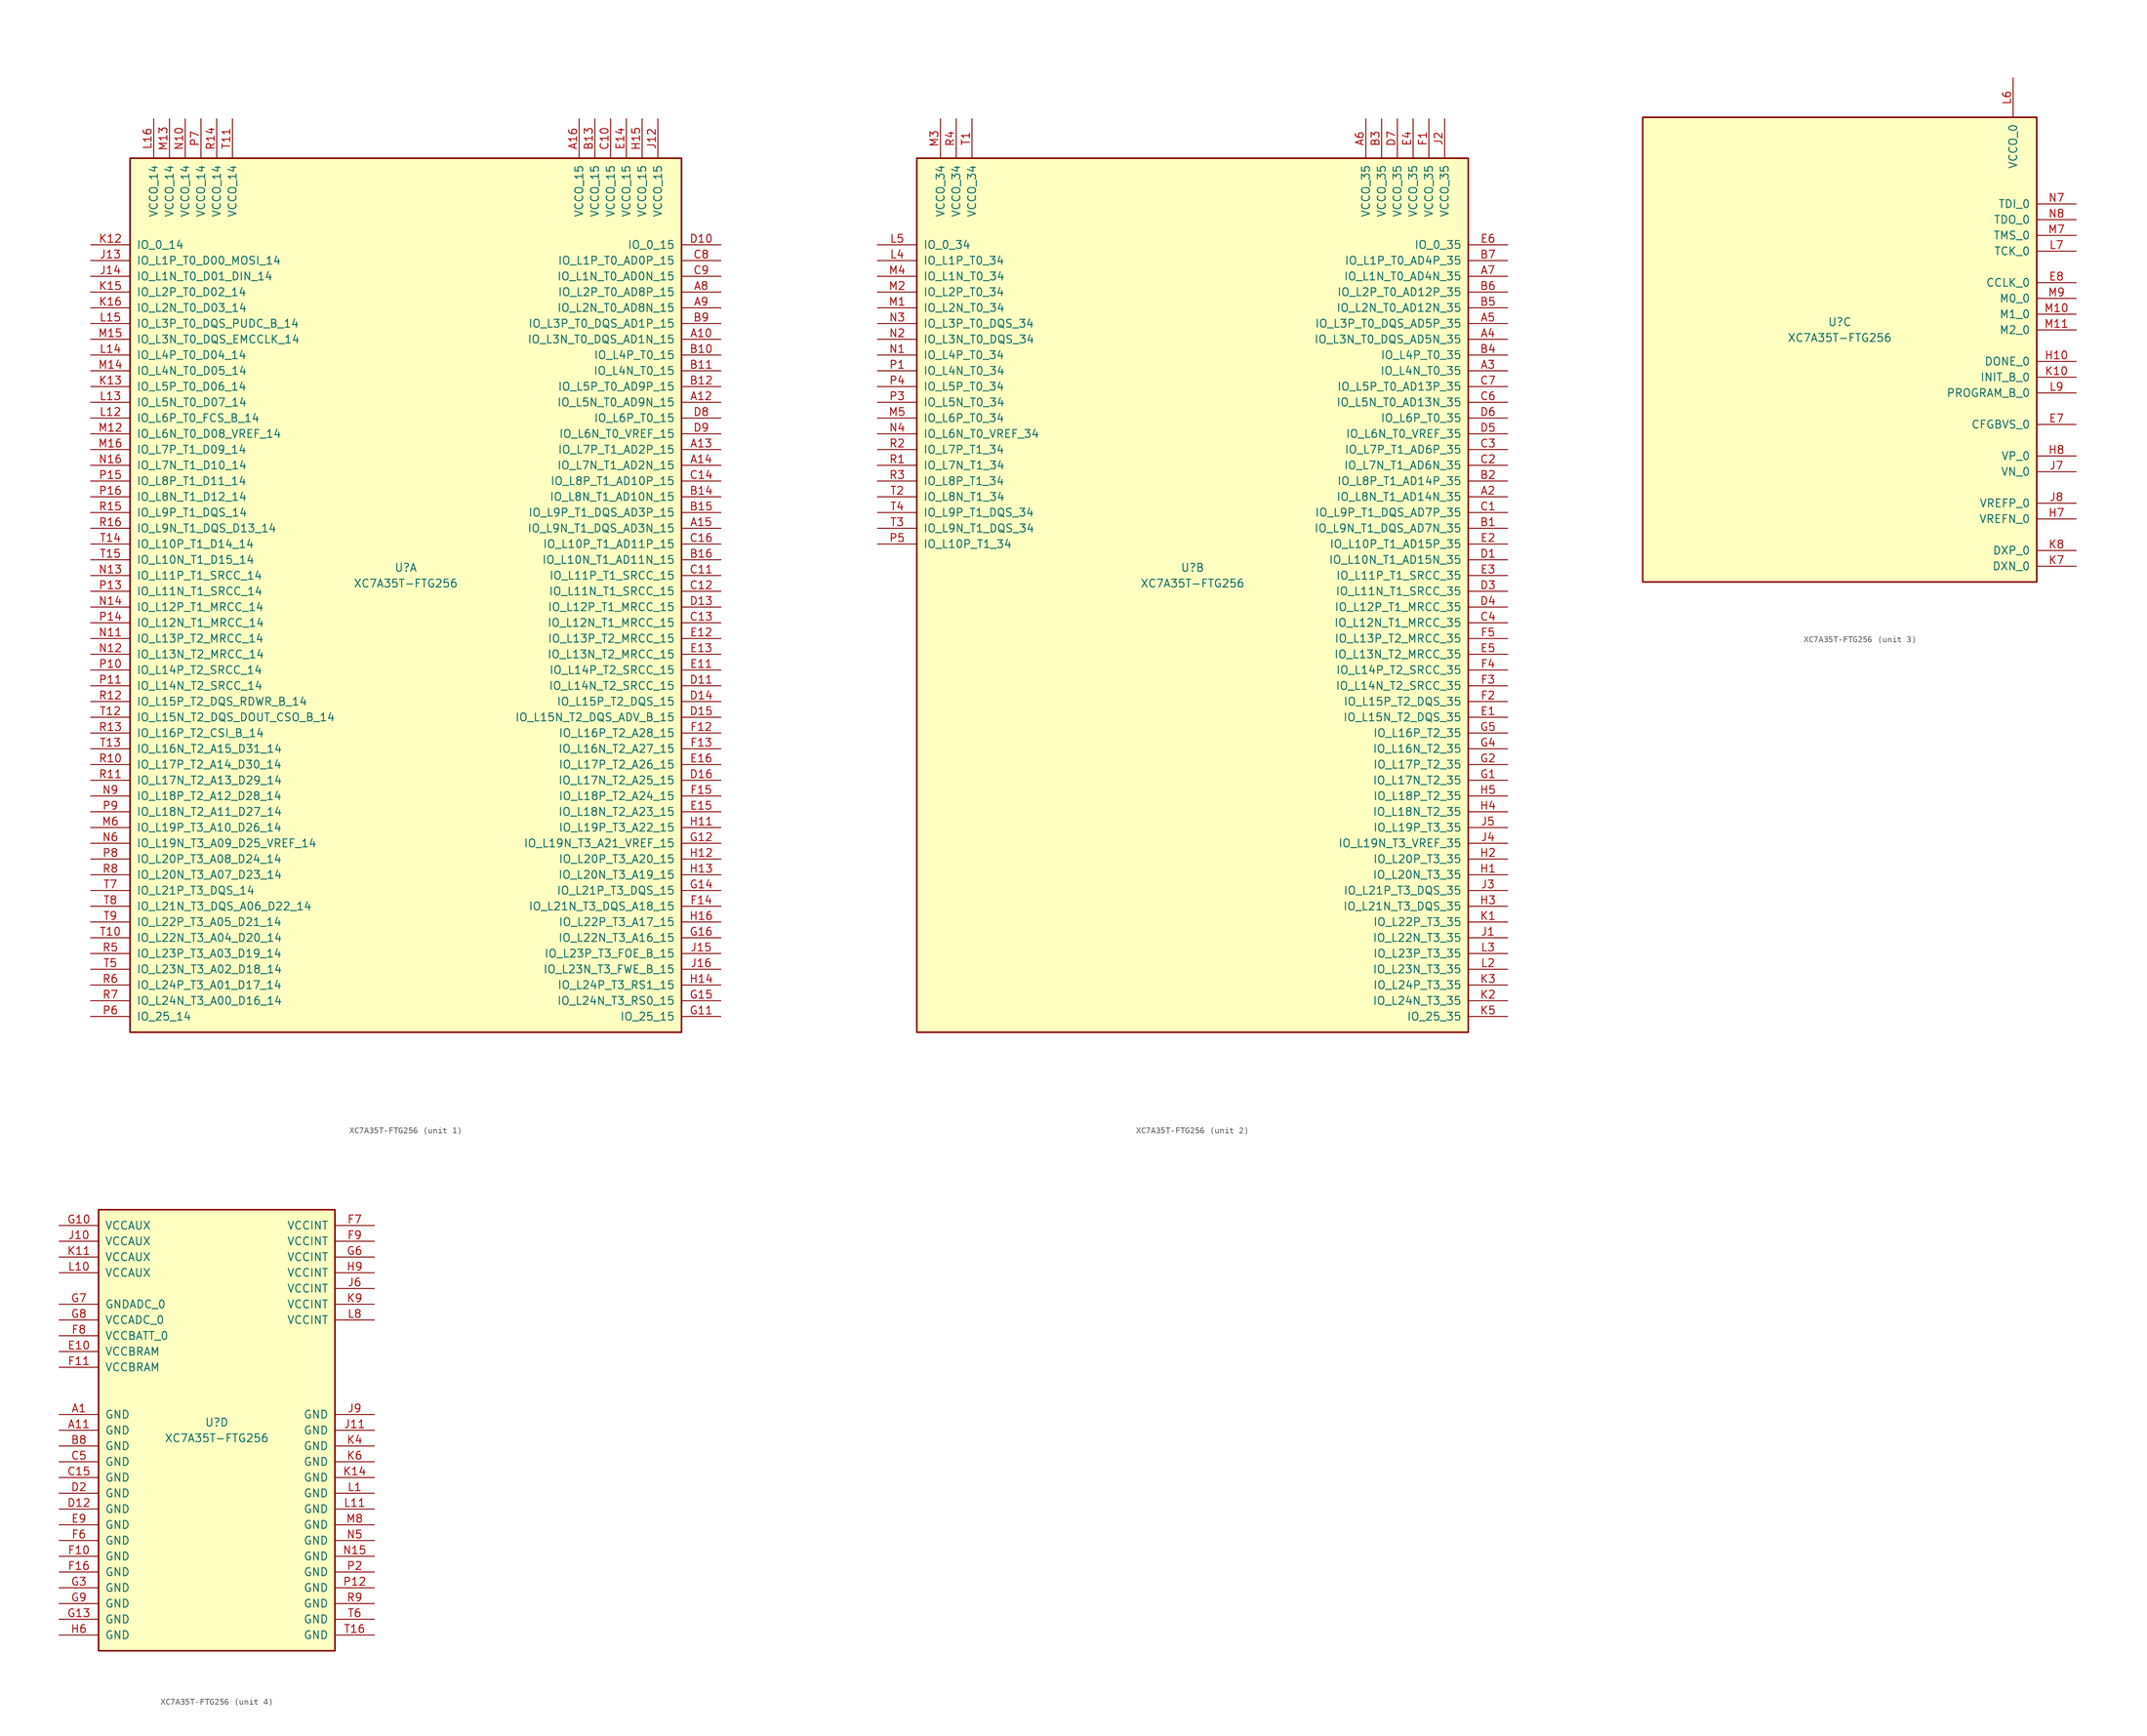
<source format=kicad_sym>
(kicad_symbol_lib
  (version 20241209)
  (generator "kicad_symbol_editor")
  (generator_version "9.0")
  (symbol "XC7A35T-FTG256"
    (pin_names
      (offset 1.016))
    (property "Reference" "U"
      (at 0 1.27 0)
      (effects (font (size 1.27 1.27))))
    (property "Value" "XC7A35T-FTG256"
      (at 0 -1.27 0)
      (effects (font (size 1.27 1.27))))
    (property "Datasheet" ""
      (at 0 0 0)
      (effects (font (size 1.27 1.27))))
    (property "ki_locked" ""
      (at 0 0 0)
      (effects (font (size 1.27 1.27))))
    (symbol "XC7A35T-FTG256_1_1"
      (rectangle (start -44.45 67.31) (end 44.45 -73.66) (stroke (width 0.254) (type default)) (fill (type background)))
      (pin bidirectional line (at -50.8 53.34 0) (length 6.35) (name "IO_0_14" (effects (font (size 1.27 1.27)))) (number "K12" (effects (font (size 1.27 1.27)))))
      (pin bidirectional line (at -50.8 50.8 0) (length 6.35) (name "IO_L1P_T0_D00_MOSI_14" (effects (font (size 1.27 1.27)))) (number "J13" (effects (font (size 1.27 1.27)))))
      (pin bidirectional line (at -50.8 48.26 0) (length 6.35) (name "IO_L1N_T0_D01_DIN_14" (effects (font (size 1.27 1.27)))) (number "J14" (effects (font (size 1.27 1.27)))))
      (pin bidirectional line (at -50.8 45.72 0) (length 6.35) (name "IO_L2P_T0_D02_14" (effects (font (size 1.27 1.27)))) (number "K15" (effects (font (size 1.27 1.27)))))
      (pin bidirectional line (at -50.8 43.18 0) (length 6.35) (name "IO_L2N_T0_D03_14" (effects (font (size 1.27 1.27)))) (number "K16" (effects (font (size 1.27 1.27)))))
      (pin bidirectional line (at -50.8 40.64 0) (length 6.35) (name "IO_L3P_T0_DQS_PUDC_B_14" (effects (font (size 1.27 1.27)))) (number "L15" (effects (font (size 1.27 1.27)))))
      (pin bidirectional line (at -50.8 38.1 0) (length 6.35) (name "IO_L3N_T0_DQS_EMCCLK_14" (effects (font (size 1.27 1.27)))) (number "M15" (effects (font (size 1.27 1.27)))))
      (pin bidirectional line (at -50.8 35.56 0) (length 6.35) (name "IO_L4P_T0_D04_14" (effects (font (size 1.27 1.27)))) (number "L14" (effects (font (size 1.27 1.27)))))
      (pin bidirectional line (at -50.8 33.02 0) (length 6.35) (name "IO_L4N_T0_D05_14" (effects (font (size 1.27 1.27)))) (number "M14" (effects (font (size 1.27 1.27)))))
      (pin bidirectional line (at -50.8 30.48 0) (length 6.35) (name "IO_L5P_T0_D06_14" (effects (font (size 1.27 1.27)))) (number "K13" (effects (font (size 1.27 1.27)))))
      (pin bidirectional line (at -50.8 27.94 0) (length 6.35) (name "IO_L5N_T0_D07_14" (effects (font (size 1.27 1.27)))) (number "L13" (effects (font (size 1.27 1.27)))))
      (pin bidirectional line (at -50.8 25.4 0) (length 6.35) (name "IO_L6P_T0_FCS_B_14" (effects (font (size 1.27 1.27)))) (number "L12" (effects (font (size 1.27 1.27)))))
      (pin bidirectional line (at -50.8 22.86 0) (length 6.35) (name "IO_L6N_T0_D08_VREF_14" (effects (font (size 1.27 1.27)))) (number "M12" (effects (font (size 1.27 1.27)))))
      (pin bidirectional line (at -50.8 20.32 0) (length 6.35) (name "IO_L7P_T1_D09_14" (effects (font (size 1.27 1.27)))) (number "M16" (effects (font (size 1.27 1.27)))))
      (pin bidirectional line (at -50.8 17.78 0) (length 6.35) (name "IO_L7N_T1_D10_14" (effects (font (size 1.27 1.27)))) (number "N16" (effects (font (size 1.27 1.27)))))
      (pin bidirectional line (at -50.8 15.24 0) (length 6.35) (name "IO_L8P_T1_D11_14" (effects (font (size 1.27 1.27)))) (number "P15" (effects (font (size 1.27 1.27)))))
      (pin bidirectional line (at -50.8 12.7 0) (length 6.35) (name "IO_L8N_T1_D12_14" (effects (font (size 1.27 1.27)))) (number "P16" (effects (font (size 1.27 1.27)))))
      (pin bidirectional line (at -50.8 10.16 0) (length 6.35) (name "IO_L9P_T1_DQS_14" (effects (font (size 1.27 1.27)))) (number "R15" (effects (font (size 1.27 1.27)))))
      (pin bidirectional line (at -50.8 7.62 0) (length 6.35) (name "IO_L9N_T1_DQS_D13_14" (effects (font (size 1.27 1.27)))) (number "R16" (effects (font (size 1.27 1.27)))))
      (pin bidirectional line (at -50.8 5.08 0) (length 6.35) (name "IO_L10P_T1_D14_14" (effects (font (size 1.27 1.27)))) (number "T14" (effects (font (size 1.27 1.27)))))
      (pin bidirectional line (at -50.8 2.54 0) (length 6.35) (name "IO_L10N_T1_D15_14" (effects (font (size 1.27 1.27)))) (number "T15" (effects (font (size 1.27 1.27)))))
      (pin bidirectional line (at -50.8 0 0) (length 6.35) (name "IO_L11P_T1_SRCC_14" (effects (font (size 1.27 1.27)))) (number "N13" (effects (font (size 1.27 1.27)))))
      (pin bidirectional line (at -50.8 -2.54 0) (length 6.35) (name "IO_L11N_T1_SRCC_14" (effects (font (size 1.27 1.27)))) (number "P13" (effects (font (size 1.27 1.27)))))
      (pin bidirectional line (at -50.8 -5.08 0) (length 6.35) (name "IO_L12P_T1_MRCC_14" (effects (font (size 1.27 1.27)))) (number "N14" (effects (font (size 1.27 1.27)))))
      (pin bidirectional line (at -50.8 -7.62 0) (length 6.35) (name "IO_L12N_T1_MRCC_14" (effects (font (size 1.27 1.27)))) (number "P14" (effects (font (size 1.27 1.27)))))
      (pin bidirectional line (at -50.8 -10.16 0) (length 6.35) (name "IO_L13P_T2_MRCC_14" (effects (font (size 1.27 1.27)))) (number "N11" (effects (font (size 1.27 1.27)))))
      (pin bidirectional line (at -50.8 -12.7 0) (length 6.35) (name "IO_L13N_T2_MRCC_14" (effects (font (size 1.27 1.27)))) (number "N12" (effects (font (size 1.27 1.27)))))
      (pin bidirectional line (at -50.8 -15.24 0) (length 6.35) (name "IO_L14P_T2_SRCC_14" (effects (font (size 1.27 1.27)))) (number "P10" (effects (font (size 1.27 1.27)))))
      (pin bidirectional line (at -50.8 -17.78 0) (length 6.35) (name "IO_L14N_T2_SRCC_14" (effects (font (size 1.27 1.27)))) (number "P11" (effects (font (size 1.27 1.27)))))
      (pin bidirectional line (at -50.8 -20.32 0) (length 6.35) (name "IO_L15P_T2_DQS_RDWR_B_14" (effects (font (size 1.27 1.27)))) (number "R12" (effects (font (size 1.27 1.27)))))
      (pin bidirectional line (at -50.8 -22.86 0) (length 6.35) (name "IO_L15N_T2_DQS_DOUT_CSO_B_14" (effects (font (size 1.27 1.27)))) (number "T12" (effects (font (size 1.27 1.27)))))
      (pin bidirectional line (at -50.8 -25.4 0) (length 6.35) (name "IO_L16P_T2_CSI_B_14" (effects (font (size 1.27 1.27)))) (number "R13" (effects (font (size 1.27 1.27)))))
      (pin bidirectional line (at -50.8 -27.94 0) (length 6.35) (name "IO_L16N_T2_A15_D31_14" (effects (font (size 1.27 1.27)))) (number "T13" (effects (font (size 1.27 1.27)))))
      (pin bidirectional line (at -50.8 -30.48 0) (length 6.35) (name "IO_L17P_T2_A14_D30_14" (effects (font (size 1.27 1.27)))) (number "R10" (effects (font (size 1.27 1.27)))))
      (pin bidirectional line (at -50.8 -33.02 0) (length 6.35) (name "IO_L17N_T2_A13_D29_14" (effects (font (size 1.27 1.27)))) (number "R11" (effects (font (size 1.27 1.27)))))
      (pin bidirectional line (at -50.8 -35.56 0) (length 6.35) (name "IO_L18P_T2_A12_D28_14" (effects (font (size 1.27 1.27)))) (number "N9" (effects (font (size 1.27 1.27)))))
      (pin bidirectional line (at -50.8 -38.1 0) (length 6.35) (name "IO_L18N_T2_A11_D27_14" (effects (font (size 1.27 1.27)))) (number "P9" (effects (font (size 1.27 1.27)))))
      (pin bidirectional line (at -50.8 -40.64 0) (length 6.35) (name "IO_L19P_T3_A10_D26_14" (effects (font (size 1.27 1.27)))) (number "M6" (effects (font (size 1.27 1.27)))))
      (pin bidirectional line (at -50.8 -43.18 0) (length 6.35) (name "IO_L19N_T3_A09_D25_VREF_14" (effects (font (size 1.27 1.27)))) (number "N6" (effects (font (size 1.27 1.27)))))
      (pin bidirectional line (at -50.8 -45.72 0) (length 6.35) (name "IO_L20P_T3_A08_D24_14" (effects (font (size 1.27 1.27)))) (number "P8" (effects (font (size 1.27 1.27)))))
      (pin bidirectional line (at -50.8 -48.26 0) (length 6.35) (name "IO_L20N_T3_A07_D23_14" (effects (font (size 1.27 1.27)))) (number "R8" (effects (font (size 1.27 1.27)))))
      (pin bidirectional line (at -50.8 -50.8 0) (length 6.35) (name "IO_L21P_T3_DQS_14" (effects (font (size 1.27 1.27)))) (number "T7" (effects (font (size 1.27 1.27)))))
      (pin bidirectional line (at -50.8 -53.34 0) (length 6.35) (name "IO_L21N_T3_DQS_A06_D22_14" (effects (font (size 1.27 1.27)))) (number "T8" (effects (font (size 1.27 1.27)))))
      (pin bidirectional line (at -50.8 -55.88 0) (length 6.35) (name "IO_L22P_T3_A05_D21_14" (effects (font (size 1.27 1.27)))) (number "T9" (effects (font (size 1.27 1.27)))))
      (pin bidirectional line (at -50.8 -58.42 0) (length 6.35) (name "IO_L22N_T3_A04_D20_14" (effects (font (size 1.27 1.27)))) (number "T10" (effects (font (size 1.27 1.27)))))
      (pin bidirectional line (at -50.8 -60.96 0) (length 6.35) (name "IO_L23P_T3_A03_D19_14" (effects (font (size 1.27 1.27)))) (number "R5" (effects (font (size 1.27 1.27)))))
      (pin bidirectional line (at -50.8 -63.5 0) (length 6.35) (name "IO_L23N_T3_A02_D18_14" (effects (font (size 1.27 1.27)))) (number "T5" (effects (font (size 1.27 1.27)))))
      (pin bidirectional line (at -50.8 -66.04 0) (length 6.35) (name "IO_L24P_T3_A01_D17_14" (effects (font (size 1.27 1.27)))) (number "R6" (effects (font (size 1.27 1.27)))))
      (pin bidirectional line (at -50.8 -68.58 0) (length 6.35) (name "IO_L24N_T3_A00_D16_14" (effects (font (size 1.27 1.27)))) (number "R7" (effects (font (size 1.27 1.27)))))
      (pin bidirectional line (at -50.8 -71.12 0) (length 6.35) (name "IO_25_14" (effects (font (size 1.27 1.27)))) (number "P6" (effects (font (size 1.27 1.27)))))
      (pin power_in line (at -40.64 73.66 270) (length 6.35) (name "VCCO_14" (effects (font (size 1.27 1.27)))) (number "L16" (effects (font (size 1.27 1.27)))))
      (pin power_in line (at -38.1 73.66 270) (length 6.35) (name "VCCO_14" (effects (font (size 1.27 1.27)))) (number "M13" (effects (font (size 1.27 1.27)))))
      (pin power_in line (at -35.56 73.66 270) (length 6.35) (name "VCCO_14" (effects (font (size 1.27 1.27)))) (number "N10" (effects (font (size 1.27 1.27)))))
      (pin power_in line (at -33.02 73.66 270) (length 6.35) (name "VCCO_14" (effects (font (size 1.27 1.27)))) (number "P7" (effects (font (size 1.27 1.27)))))
      (pin power_in line (at -30.48 73.66 270) (length 6.35) (name "VCCO_14" (effects (font (size 1.27 1.27)))) (number "R14" (effects (font (size 1.27 1.27)))))
      (pin power_in line (at -27.94 73.66 270) (length 6.35) (name "VCCO_14" (effects (font (size 1.27 1.27)))) (number "T11" (effects (font (size 1.27 1.27)))))
      (pin power_in line (at 27.94 73.66 270) (length 6.35) (name "VCCO_15" (effects (font (size 1.27 1.27)))) (number "A16" (effects (font (size 1.27 1.27)))))
      (pin power_in line (at 30.48 73.66 270) (length 6.35) (name "VCCO_15" (effects (font (size 1.27 1.27)))) (number "B13" (effects (font (size 1.27 1.27)))))
      (pin power_in line (at 33.02 73.66 270) (length 6.35) (name "VCCO_15" (effects (font (size 1.27 1.27)))) (number "C10" (effects (font (size 1.27 1.27)))))
      (pin power_in line (at 35.56 73.66 270) (length 6.35) (name "VCCO_15" (effects (font (size 1.27 1.27)))) (number "E14" (effects (font (size 1.27 1.27)))))
      (pin power_in line (at 38.1 73.66 270) (length 6.35) (name "VCCO_15" (effects (font (size 1.27 1.27)))) (number "H15" (effects (font (size 1.27 1.27)))))
      (pin power_in line (at 40.64 73.66 270) (length 6.35) (name "VCCO_15" (effects (font (size 1.27 1.27)))) (number "J12" (effects (font (size 1.27 1.27)))))
      (pin bidirectional line (at 50.8 53.34 180) (length 6.35) (name "IO_0_15" (effects (font (size 1.27 1.27)))) (number "D10" (effects (font (size 1.27 1.27)))))
      (pin bidirectional line (at 50.8 50.8 180) (length 6.35) (name "IO_L1P_T0_AD0P_15" (effects (font (size 1.27 1.27)))) (number "C8" (effects (font (size 1.27 1.27)))))
      (pin bidirectional line (at 50.8 48.26 180) (length 6.35) (name "IO_L1N_T0_AD0N_15" (effects (font (size 1.27 1.27)))) (number "C9" (effects (font (size 1.27 1.27)))))
      (pin bidirectional line (at 50.8 45.72 180) (length 6.35) (name "IO_L2P_T0_AD8P_15" (effects (font (size 1.27 1.27)))) (number "A8" (effects (font (size 1.27 1.27)))))
      (pin bidirectional line (at 50.8 43.18 180) (length 6.35) (name "IO_L2N_T0_AD8N_15" (effects (font (size 1.27 1.27)))) (number "A9" (effects (font (size 1.27 1.27)))))
      (pin bidirectional line (at 50.8 40.64 180) (length 6.35) (name "IO_L3P_T0_DQS_AD1P_15" (effects (font (size 1.27 1.27)))) (number "B9" (effects (font (size 1.27 1.27)))))
      (pin bidirectional line (at 50.8 38.1 180) (length 6.35) (name "IO_L3N_T0_DQS_AD1N_15" (effects (font (size 1.27 1.27)))) (number "A10" (effects (font (size 1.27 1.27)))))
      (pin bidirectional line (at 50.8 35.56 180) (length 6.35) (name "IO_L4P_T0_15" (effects (font (size 1.27 1.27)))) (number "B10" (effects (font (size 1.27 1.27)))))
      (pin bidirectional line (at 50.8 33.02 180) (length 6.35) (name "IO_L4N_T0_15" (effects (font (size 1.27 1.27)))) (number "B11" (effects (font (size 1.27 1.27)))))
      (pin bidirectional line (at 50.8 30.48 180) (length 6.35) (name "IO_L5P_T0_AD9P_15" (effects (font (size 1.27 1.27)))) (number "B12" (effects (font (size 1.27 1.27)))))
      (pin bidirectional line (at 50.8 27.94 180) (length 6.35) (name "IO_L5N_T0_AD9N_15" (effects (font (size 1.27 1.27)))) (number "A12" (effects (font (size 1.27 1.27)))))
      (pin bidirectional line (at 50.8 25.4 180) (length 6.35) (name "IO_L6P_T0_15" (effects (font (size 1.27 1.27)))) (number "D8" (effects (font (size 1.27 1.27)))))
      (pin bidirectional line (at 50.8 22.86 180) (length 6.35) (name "IO_L6N_T0_VREF_15" (effects (font (size 1.27 1.27)))) (number "D9" (effects (font (size 1.27 1.27)))))
      (pin bidirectional line (at 50.8 20.32 180) (length 6.35) (name "IO_L7P_T1_AD2P_15" (effects (font (size 1.27 1.27)))) (number "A13" (effects (font (size 1.27 1.27)))))
      (pin bidirectional line (at 50.8 17.78 180) (length 6.35) (name "IO_L7N_T1_AD2N_15" (effects (font (size 1.27 1.27)))) (number "A14" (effects (font (size 1.27 1.27)))))
      (pin bidirectional line (at 50.8 15.24 180) (length 6.35) (name "IO_L8P_T1_AD10P_15" (effects (font (size 1.27 1.27)))) (number "C14" (effects (font (size 1.27 1.27)))))
      (pin bidirectional line (at 50.8 12.7 180) (length 6.35) (name "IO_L8N_T1_AD10N_15" (effects (font (size 1.27 1.27)))) (number "B14" (effects (font (size 1.27 1.27)))))
      (pin bidirectional line (at 50.8 10.16 180) (length 6.35) (name "IO_L9P_T1_DQS_AD3P_15" (effects (font (size 1.27 1.27)))) (number "B15" (effects (font (size 1.27 1.27)))))
      (pin bidirectional line (at 50.8 7.62 180) (length 6.35) (name "IO_L9N_T1_DQS_AD3N_15" (effects (font (size 1.27 1.27)))) (number "A15" (effects (font (size 1.27 1.27)))))
      (pin bidirectional line (at 50.8 5.08 180) (length 6.35) (name "IO_L10P_T1_AD11P_15" (effects (font (size 1.27 1.27)))) (number "C16" (effects (font (size 1.27 1.27)))))
      (pin bidirectional line (at 50.8 2.54 180) (length 6.35) (name "IO_L10N_T1_AD11N_15" (effects (font (size 1.27 1.27)))) (number "B16" (effects (font (size 1.27 1.27)))))
      (pin bidirectional line (at 50.8 0 180) (length 6.35) (name "IO_L11P_T1_SRCC_15" (effects (font (size 1.27 1.27)))) (number "C11" (effects (font (size 1.27 1.27)))))
      (pin bidirectional line (at 50.8 -2.54 180) (length 6.35) (name "IO_L11N_T1_SRCC_15" (effects (font (size 1.27 1.27)))) (number "C12" (effects (font (size 1.27 1.27)))))
      (pin bidirectional line (at 50.8 -5.08 180) (length 6.35) (name "IO_L12P_T1_MRCC_15" (effects (font (size 1.27 1.27)))) (number "D13" (effects (font (size 1.27 1.27)))))
      (pin bidirectional line (at 50.8 -7.62 180) (length 6.35) (name "IO_L12N_T1_MRCC_15" (effects (font (size 1.27 1.27)))) (number "C13" (effects (font (size 1.27 1.27)))))
      (pin bidirectional line (at 50.8 -10.16 180) (length 6.35) (name "IO_L13P_T2_MRCC_15" (effects (font (size 1.27 1.27)))) (number "E12" (effects (font (size 1.27 1.27)))))
      (pin bidirectional line (at 50.8 -12.7 180) (length 6.35) (name "IO_L13N_T2_MRCC_15" (effects (font (size 1.27 1.27)))) (number "E13" (effects (font (size 1.27 1.27)))))
      (pin bidirectional line (at 50.8 -15.24 180) (length 6.35) (name "IO_L14P_T2_SRCC_15" (effects (font (size 1.27 1.27)))) (number "E11" (effects (font (size 1.27 1.27)))))
      (pin bidirectional line (at 50.8 -17.78 180) (length 6.35) (name "IO_L14N_T2_SRCC_15" (effects (font (size 1.27 1.27)))) (number "D11" (effects (font (size 1.27 1.27)))))
      (pin bidirectional line (at 50.8 -20.32 180) (length 6.35) (name "IO_L15P_T2_DQS_15" (effects (font (size 1.27 1.27)))) (number "D14" (effects (font (size 1.27 1.27)))))
      (pin bidirectional line (at 50.8 -22.86 180) (length 6.35) (name "IO_L15N_T2_DQS_ADV_B_15" (effects (font (size 1.27 1.27)))) (number "D15" (effects (font (size 1.27 1.27)))))
      (pin bidirectional line (at 50.8 -25.4 180) (length 6.35) (name "IO_L16P_T2_A28_15" (effects (font (size 1.27 1.27)))) (number "F12" (effects (font (size 1.27 1.27)))))
      (pin bidirectional line (at 50.8 -27.94 180) (length 6.35) (name "IO_L16N_T2_A27_15" (effects (font (size 1.27 1.27)))) (number "F13" (effects (font (size 1.27 1.27)))))
      (pin bidirectional line (at 50.8 -30.48 180) (length 6.35) (name "IO_L17P_T2_A26_15" (effects (font (size 1.27 1.27)))) (number "E16" (effects (font (size 1.27 1.27)))))
      (pin bidirectional line (at 50.8 -33.02 180) (length 6.35) (name "IO_L17N_T2_A25_15" (effects (font (size 1.27 1.27)))) (number "D16" (effects (font (size 1.27 1.27)))))
      (pin bidirectional line (at 50.8 -35.56 180) (length 6.35) (name "IO_L18P_T2_A24_15" (effects (font (size 1.27 1.27)))) (number "F15" (effects (font (size 1.27 1.27)))))
      (pin bidirectional line (at 50.8 -38.1 180) (length 6.35) (name "IO_L18N_T2_A23_15" (effects (font (size 1.27 1.27)))) (number "E15" (effects (font (size 1.27 1.27)))))
      (pin bidirectional line (at 50.8 -40.64 180) (length 6.35) (name "IO_L19P_T3_A22_15" (effects (font (size 1.27 1.27)))) (number "H11" (effects (font (size 1.27 1.27)))))
      (pin bidirectional line (at 50.8 -43.18 180) (length 6.35) (name "IO_L19N_T3_A21_VREF_15" (effects (font (size 1.27 1.27)))) (number "G12" (effects (font (size 1.27 1.27)))))
      (pin bidirectional line (at 50.8 -45.72 180) (length 6.35) (name "IO_L20P_T3_A20_15" (effects (font (size 1.27 1.27)))) (number "H12" (effects (font (size 1.27 1.27)))))
      (pin bidirectional line (at 50.8 -48.26 180) (length 6.35) (name "IO_L20N_T3_A19_15" (effects (font (size 1.27 1.27)))) (number "H13" (effects (font (size 1.27 1.27)))))
      (pin bidirectional line (at 50.8 -50.8 180) (length 6.35) (name "IO_L21P_T3_DQS_15" (effects (font (size 1.27 1.27)))) (number "G14" (effects (font (size 1.27 1.27)))))
      (pin bidirectional line (at 50.8 -53.34 180) (length 6.35) (name "IO_L21N_T3_DQS_A18_15" (effects (font (size 1.27 1.27)))) (number "F14" (effects (font (size 1.27 1.27)))))
      (pin bidirectional line (at 50.8 -55.88 180) (length 6.35) (name "IO_L22P_T3_A17_15" (effects (font (size 1.27 1.27)))) (number "H16" (effects (font (size 1.27 1.27)))))
      (pin bidirectional line (at 50.8 -58.42 180) (length 6.35) (name "IO_L22N_T3_A16_15" (effects (font (size 1.27 1.27)))) (number "G16" (effects (font (size 1.27 1.27)))))
      (pin bidirectional line (at 50.8 -60.96 180) (length 6.35) (name "IO_L23P_T3_FOE_B_15" (effects (font (size 1.27 1.27)))) (number "J15" (effects (font (size 1.27 1.27)))))
      (pin bidirectional line (at 50.8 -63.5 180) (length 6.35) (name "IO_L23N_T3_FWE_B_15" (effects (font (size 1.27 1.27)))) (number "J16" (effects (font (size 1.27 1.27)))))
      (pin bidirectional line (at 50.8 -66.04 180) (length 6.35) (name "IO_L24P_T3_RS1_15" (effects (font (size 1.27 1.27)))) (number "H14" (effects (font (size 1.27 1.27)))))
      (pin bidirectional line (at 50.8 -68.58 180) (length 6.35) (name "IO_L24N_T3_RS0_15" (effects (font (size 1.27 1.27)))) (number "G15" (effects (font (size 1.27 1.27)))))
      (pin bidirectional line (at 50.8 -71.12 180) (length 6.35) (name "IO_25_15" (effects (font (size 1.27 1.27)))) (number "G11" (effects (font (size 1.27 1.27))))))
    (symbol "XC7A35T-FTG256_2_1"
      (rectangle (start -44.45 67.31) (end 44.45 -73.66) (stroke (width 0.254) (type default)) (fill (type background)))
      (pin bidirectional line (at -50.8 53.34 0) (length 6.35) (name "IO_0_34" (effects (font (size 1.27 1.27)))) (number "L5" (effects (font (size 1.27 1.27)))))
      (pin bidirectional line (at -50.8 50.8 0) (length 6.35) (name "IO_L1P_T0_34" (effects (font (size 1.27 1.27)))) (number "L4" (effects (font (size 1.27 1.27)))))
      (pin bidirectional line (at -50.8 48.26 0) (length 6.35) (name "IO_L1N_T0_34" (effects (font (size 1.27 1.27)))) (number "M4" (effects (font (size 1.27 1.27)))))
      (pin bidirectional line (at -50.8 45.72 0) (length 6.35) (name "IO_L2P_T0_34" (effects (font (size 1.27 1.27)))) (number "M2" (effects (font (size 1.27 1.27)))))
      (pin bidirectional line (at -50.8 43.18 0) (length 6.35) (name "IO_L2N_T0_34" (effects (font (size 1.27 1.27)))) (number "M1" (effects (font (size 1.27 1.27)))))
      (pin bidirectional line (at -50.8 40.64 0) (length 6.35) (name "IO_L3P_T0_DQS_34" (effects (font (size 1.27 1.27)))) (number "N3" (effects (font (size 1.27 1.27)))))
      (pin bidirectional line (at -50.8 38.1 0) (length 6.35) (name "IO_L3N_T0_DQS_34" (effects (font (size 1.27 1.27)))) (number "N2" (effects (font (size 1.27 1.27)))))
      (pin bidirectional line (at -50.8 35.56 0) (length 6.35) (name "IO_L4P_T0_34" (effects (font (size 1.27 1.27)))) (number "N1" (effects (font (size 1.27 1.27)))))
      (pin bidirectional line (at -50.8 33.02 0) (length 6.35) (name "IO_L4N_T0_34" (effects (font (size 1.27 1.27)))) (number "P1" (effects (font (size 1.27 1.27)))))
      (pin bidirectional line (at -50.8 30.48 0) (length 6.35) (name "IO_L5P_T0_34" (effects (font (size 1.27 1.27)))) (number "P4" (effects (font (size 1.27 1.27)))))
      (pin bidirectional line (at -50.8 27.94 0) (length 6.35) (name "IO_L5N_T0_34" (effects (font (size 1.27 1.27)))) (number "P3" (effects (font (size 1.27 1.27)))))
      (pin bidirectional line (at -50.8 25.4 0) (length 6.35) (name "IO_L6P_T0_34" (effects (font (size 1.27 1.27)))) (number "M5" (effects (font (size 1.27 1.27)))))
      (pin bidirectional line (at -50.8 22.86 0) (length 6.35) (name "IO_L6N_T0_VREF_34" (effects (font (size 1.27 1.27)))) (number "N4" (effects (font (size 1.27 1.27)))))
      (pin bidirectional line (at -50.8 20.32 0) (length 6.35) (name "IO_L7P_T1_34" (effects (font (size 1.27 1.27)))) (number "R2" (effects (font (size 1.27 1.27)))))
      (pin bidirectional line (at -50.8 17.78 0) (length 6.35) (name "IO_L7N_T1_34" (effects (font (size 1.27 1.27)))) (number "R1" (effects (font (size 1.27 1.27)))))
      (pin bidirectional line (at -50.8 15.24 0) (length 6.35) (name "IO_L8P_T1_34" (effects (font (size 1.27 1.27)))) (number "R3" (effects (font (size 1.27 1.27)))))
      (pin bidirectional line (at -50.8 12.7 0) (length 6.35) (name "IO_L8N_T1_34" (effects (font (size 1.27 1.27)))) (number "T2" (effects (font (size 1.27 1.27)))))
      (pin bidirectional line (at -50.8 10.16 0) (length 6.35) (name "IO_L9P_T1_DQS_34" (effects (font (size 1.27 1.27)))) (number "T4" (effects (font (size 1.27 1.27)))))
      (pin bidirectional line (at -50.8 7.62 0) (length 6.35) (name "IO_L9N_T1_DQS_34" (effects (font (size 1.27 1.27)))) (number "T3" (effects (font (size 1.27 1.27)))))
      (pin bidirectional line (at -50.8 5.08 0) (length 6.35) (name "IO_L10P_T1_34" (effects (font (size 1.27 1.27)))) (number "P5" (effects (font (size 1.27 1.27)))))
      (pin power_in line (at -40.64 73.66 270) (length 6.35) (name "VCCO_34" (effects (font (size 1.27 1.27)))) (number "M3" (effects (font (size 1.27 1.27)))))
      (pin power_in line (at -38.1 73.66 270) (length 6.35) (name "VCCO_34" (effects (font (size 1.27 1.27)))) (number "R4" (effects (font (size 1.27 1.27)))))
      (pin power_in line (at -35.56 73.66 270) (length 6.35) (name "VCCO_34" (effects (font (size 1.27 1.27)))) (number "T1" (effects (font (size 1.27 1.27)))))
      (pin power_in line (at 27.94 73.66 270) (length 6.35) (name "VCCO_35" (effects (font (size 1.27 1.27)))) (number "A6" (effects (font (size 1.27 1.27)))))
      (pin power_in line (at 30.48 73.66 270) (length 6.35) (name "VCCO_35" (effects (font (size 1.27 1.27)))) (number "B3" (effects (font (size 1.27 1.27)))))
      (pin power_in line (at 33.02 73.66 270) (length 6.35) (name "VCCO_35" (effects (font (size 1.27 1.27)))) (number "D7" (effects (font (size 1.27 1.27)))))
      (pin power_in line (at 35.56 73.66 270) (length 6.35) (name "VCCO_35" (effects (font (size 1.27 1.27)))) (number "E4" (effects (font (size 1.27 1.27)))))
      (pin power_in line (at 38.1 73.66 270) (length 6.35) (name "VCCO_35" (effects (font (size 1.27 1.27)))) (number "F1" (effects (font (size 1.27 1.27)))))
      (pin power_in line (at 40.64 73.66 270) (length 6.35) (name "VCCO_35" (effects (font (size 1.27 1.27)))) (number "J2" (effects (font (size 1.27 1.27)))))
      (pin bidirectional line (at 50.8 53.34 180) (length 6.35) (name "IO_0_35" (effects (font (size 1.27 1.27)))) (number "E6" (effects (font (size 1.27 1.27)))))
      (pin bidirectional line (at 50.8 50.8 180) (length 6.35) (name "IO_L1P_T0_AD4P_35" (effects (font (size 1.27 1.27)))) (number "B7" (effects (font (size 1.27 1.27)))))
      (pin bidirectional line (at 50.8 48.26 180) (length 6.35) (name "IO_L1N_T0_AD4N_35" (effects (font (size 1.27 1.27)))) (number "A7" (effects (font (size 1.27 1.27)))))
      (pin bidirectional line (at 50.8 45.72 180) (length 6.35) (name "IO_L2P_T0_AD12P_35" (effects (font (size 1.27 1.27)))) (number "B6" (effects (font (size 1.27 1.27)))))
      (pin bidirectional line (at 50.8 43.18 180) (length 6.35) (name "IO_L2N_T0_AD12N_35" (effects (font (size 1.27 1.27)))) (number "B5" (effects (font (size 1.27 1.27)))))
      (pin bidirectional line (at 50.8 40.64 180) (length 6.35) (name "IO_L3P_T0_DQS_AD5P_35" (effects (font (size 1.27 1.27)))) (number "A5" (effects (font (size 1.27 1.27)))))
      (pin bidirectional line (at 50.8 38.1 180) (length 6.35) (name "IO_L3N_T0_DQS_AD5N_35" (effects (font (size 1.27 1.27)))) (number "A4" (effects (font (size 1.27 1.27)))))
      (pin bidirectional line (at 50.8 35.56 180) (length 6.35) (name "IO_L4P_T0_35" (effects (font (size 1.27 1.27)))) (number "B4" (effects (font (size 1.27 1.27)))))
      (pin bidirectional line (at 50.8 33.02 180) (length 6.35) (name "IO_L4N_T0_35" (effects (font (size 1.27 1.27)))) (number "A3" (effects (font (size 1.27 1.27)))))
      (pin bidirectional line (at 50.8 30.48 180) (length 6.35) (name "IO_L5P_T0_AD13P_35" (effects (font (size 1.27 1.27)))) (number "C7" (effects (font (size 1.27 1.27)))))
      (pin bidirectional line (at 50.8 27.94 180) (length 6.35) (name "IO_L5N_T0_AD13N_35" (effects (font (size 1.27 1.27)))) (number "C6" (effects (font (size 1.27 1.27)))))
      (pin bidirectional line (at 50.8 25.4 180) (length 6.35) (name "IO_L6P_T0_35" (effects (font (size 1.27 1.27)))) (number "D6" (effects (font (size 1.27 1.27)))))
      (pin bidirectional line (at 50.8 22.86 180) (length 6.35) (name "IO_L6N_T0_VREF_35" (effects (font (size 1.27 1.27)))) (number "D5" (effects (font (size 1.27 1.27)))))
      (pin bidirectional line (at 50.8 20.32 180) (length 6.35) (name "IO_L7P_T1_AD6P_35" (effects (font (size 1.27 1.27)))) (number "C3" (effects (font (size 1.27 1.27)))))
      (pin bidirectional line (at 50.8 17.78 180) (length 6.35) (name "IO_L7N_T1_AD6N_35" (effects (font (size 1.27 1.27)))) (number "C2" (effects (font (size 1.27 1.27)))))
      (pin bidirectional line (at 50.8 15.24 180) (length 6.35) (name "IO_L8P_T1_AD14P_35" (effects (font (size 1.27 1.27)))) (number "B2" (effects (font (size 1.27 1.27)))))
      (pin bidirectional line (at 50.8 12.7 180) (length 6.35) (name "IO_L8N_T1_AD14N_35" (effects (font (size 1.27 1.27)))) (number "A2" (effects (font (size 1.27 1.27)))))
      (pin bidirectional line (at 50.8 10.16 180) (length 6.35) (name "IO_L9P_T1_DQS_AD7P_35" (effects (font (size 1.27 1.27)))) (number "C1" (effects (font (size 1.27 1.27)))))
      (pin bidirectional line (at 50.8 7.62 180) (length 6.35) (name "IO_L9N_T1_DQS_AD7N_35" (effects (font (size 1.27 1.27)))) (number "B1" (effects (font (size 1.27 1.27)))))
      (pin bidirectional line (at 50.8 5.08 180) (length 6.35) (name "IO_L10P_T1_AD15P_35" (effects (font (size 1.27 1.27)))) (number "E2" (effects (font (size 1.27 1.27)))))
      (pin bidirectional line (at 50.8 2.54 180) (length 6.35) (name "IO_L10N_T1_AD15N_35" (effects (font (size 1.27 1.27)))) (number "D1" (effects (font (size 1.27 1.27)))))
      (pin bidirectional line (at 50.8 0 180) (length 6.35) (name "IO_L11P_T1_SRCC_35" (effects (font (size 1.27 1.27)))) (number "E3" (effects (font (size 1.27 1.27)))))
      (pin bidirectional line (at 50.8 -2.54 180) (length 6.35) (name "IO_L11N_T1_SRCC_35" (effects (font (size 1.27 1.27)))) (number "D3" (effects (font (size 1.27 1.27)))))
      (pin bidirectional line (at 50.8 -5.08 180) (length 6.35) (name "IO_L12P_T1_MRCC_35" (effects (font (size 1.27 1.27)))) (number "D4" (effects (font (size 1.27 1.27)))))
      (pin bidirectional line (at 50.8 -7.62 180) (length 6.35) (name "IO_L12N_T1_MRCC_35" (effects (font (size 1.27 1.27)))) (number "C4" (effects (font (size 1.27 1.27)))))
      (pin bidirectional line (at 50.8 -10.16 180) (length 6.35) (name "IO_L13P_T2_MRCC_35" (effects (font (size 1.27 1.27)))) (number "F5" (effects (font (size 1.27 1.27)))))
      (pin bidirectional line (at 50.8 -12.7 180) (length 6.35) (name "IO_L13N_T2_MRCC_35" (effects (font (size 1.27 1.27)))) (number "E5" (effects (font (size 1.27 1.27)))))
      (pin bidirectional line (at 50.8 -15.24 180) (length 6.35) (name "IO_L14P_T2_SRCC_35" (effects (font (size 1.27 1.27)))) (number "F4" (effects (font (size 1.27 1.27)))))
      (pin bidirectional line (at 50.8 -17.78 180) (length 6.35) (name "IO_L14N_T2_SRCC_35" (effects (font (size 1.27 1.27)))) (number "F3" (effects (font (size 1.27 1.27)))))
      (pin bidirectional line (at 50.8 -20.32 180) (length 6.35) (name "IO_L15P_T2_DQS_35" (effects (font (size 1.27 1.27)))) (number "F2" (effects (font (size 1.27 1.27)))))
      (pin bidirectional line (at 50.8 -22.86 180) (length 6.35) (name "IO_L15N_T2_DQS_35" (effects (font (size 1.27 1.27)))) (number "E1" (effects (font (size 1.27 1.27)))))
      (pin bidirectional line (at 50.8 -25.4 180) (length 6.35) (name "IO_L16P_T2_35" (effects (font (size 1.27 1.27)))) (number "G5" (effects (font (size 1.27 1.27)))))
      (pin bidirectional line (at 50.8 -27.94 180) (length 6.35) (name "IO_L16N_T2_35" (effects (font (size 1.27 1.27)))) (number "G4" (effects (font (size 1.27 1.27)))))
      (pin bidirectional line (at 50.8 -30.48 180) (length 6.35) (name "IO_L17P_T2_35" (effects (font (size 1.27 1.27)))) (number "G2" (effects (font (size 1.27 1.27)))))
      (pin bidirectional line (at 50.8 -33.02 180) (length 6.35) (name "IO_L17N_T2_35" (effects (font (size 1.27 1.27)))) (number "G1" (effects (font (size 1.27 1.27)))))
      (pin bidirectional line (at 50.8 -35.56 180) (length 6.35) (name "IO_L18P_T2_35" (effects (font (size 1.27 1.27)))) (number "H5" (effects (font (size 1.27 1.27)))))
      (pin bidirectional line (at 50.8 -38.1 180) (length 6.35) (name "IO_L18N_T2_35" (effects (font (size 1.27 1.27)))) (number "H4" (effects (font (size 1.27 1.27)))))
      (pin bidirectional line (at 50.8 -40.64 180) (length 6.35) (name "IO_L19P_T3_35" (effects (font (size 1.27 1.27)))) (number "J5" (effects (font (size 1.27 1.27)))))
      (pin bidirectional line (at 50.8 -43.18 180) (length 6.35) (name "IO_L19N_T3_VREF_35" (effects (font (size 1.27 1.27)))) (number "J4" (effects (font (size 1.27 1.27)))))
      (pin bidirectional line (at 50.8 -45.72 180) (length 6.35) (name "IO_L20P_T3_35" (effects (font (size 1.27 1.27)))) (number "H2" (effects (font (size 1.27 1.27)))))
      (pin bidirectional line (at 50.8 -48.26 180) (length 6.35) (name "IO_L20N_T3_35" (effects (font (size 1.27 1.27)))) (number "H1" (effects (font (size 1.27 1.27)))))
      (pin bidirectional line (at 50.8 -50.8 180) (length 6.35) (name "IO_L21P_T3_DQS_35" (effects (font (size 1.27 1.27)))) (number "J3" (effects (font (size 1.27 1.27)))))
      (pin bidirectional line (at 50.8 -53.34 180) (length 6.35) (name "IO_L21N_T3_DQS_35" (effects (font (size 1.27 1.27)))) (number "H3" (effects (font (size 1.27 1.27)))))
      (pin bidirectional line (at 50.8 -55.88 180) (length 6.35) (name "IO_L22P_T3_35" (effects (font (size 1.27 1.27)))) (number "K1" (effects (font (size 1.27 1.27)))))
      (pin bidirectional line (at 50.8 -58.42 180) (length 6.35) (name "IO_L22N_T3_35" (effects (font (size 1.27 1.27)))) (number "J1" (effects (font (size 1.27 1.27)))))
      (pin bidirectional line (at 50.8 -60.96 180) (length 6.35) (name "IO_L23P_T3_35" (effects (font (size 1.27 1.27)))) (number "L3" (effects (font (size 1.27 1.27)))))
      (pin bidirectional line (at 50.8 -63.5 180) (length 6.35) (name "IO_L23N_T3_35" (effects (font (size 1.27 1.27)))) (number "L2" (effects (font (size 1.27 1.27)))))
      (pin bidirectional line (at 50.8 -66.04 180) (length 6.35) (name "IO_L24P_T3_35" (effects (font (size 1.27 1.27)))) (number "K3" (effects (font (size 1.27 1.27)))))
      (pin bidirectional line (at 50.8 -68.58 180) (length 6.35) (name "IO_L24N_T3_35" (effects (font (size 1.27 1.27)))) (number "K2" (effects (font (size 1.27 1.27)))))
      (pin bidirectional line (at 50.8 -71.12 180) (length 6.35) (name "IO_25_35" (effects (font (size 1.27 1.27)))) (number "K5" (effects (font (size 1.27 1.27))))))
    (symbol "XC7A35T-FTG256_3_1"
      (rectangle (start -31.75 34.29) (end 31.75 -40.64) (stroke (width 0.254) (type default)) (fill (type background)))
      (pin power_in line (at 27.94 40.64 270) (length 6.35) (name "VCCO_0" (effects (font (size 1.27 1.27)))) (number "L6" (effects (font (size 1.27 1.27)))))
      (pin bidirectional line (at 38.1 20.32 180) (length 6.35) (name "TDI_0" (effects (font (size 1.27 1.27)))) (number "N7" (effects (font (size 1.27 1.27)))))
      (pin bidirectional line (at 38.1 17.78 180) (length 6.35) (name "TDO_0" (effects (font (size 1.27 1.27)))) (number "N8" (effects (font (size 1.27 1.27)))))
      (pin bidirectional line (at 38.1 15.24 180) (length 6.35) (name "TMS_0" (effects (font (size 1.27 1.27)))) (number "M7" (effects (font (size 1.27 1.27)))))
      (pin bidirectional line (at 38.1 12.7 180) (length 6.35) (name "TCK_0" (effects (font (size 1.27 1.27)))) (number "L7" (effects (font (size 1.27 1.27)))))
      (pin bidirectional line (at 38.1 7.62 180) (length 6.35) (name "CCLK_0" (effects (font (size 1.27 1.27)))) (number "E8" (effects (font (size 1.27 1.27)))))
      (pin bidirectional line (at 38.1 5.08 180) (length 6.35) (name "M0_0" (effects (font (size 1.27 1.27)))) (number "M9" (effects (font (size 1.27 1.27)))))
      (pin bidirectional line (at 38.1 2.54 180) (length 6.35) (name "M1_0" (effects (font (size 1.27 1.27)))) (number "M10" (effects (font (size 1.27 1.27)))))
      (pin bidirectional line (at 38.1 0 180) (length 6.35) (name "M2_0" (effects (font (size 1.27 1.27)))) (number "M11" (effects (font (size 1.27 1.27)))))
      (pin bidirectional line (at 38.1 -5.08 180) (length 6.35) (name "DONE_0" (effects (font (size 1.27 1.27)))) (number "H10" (effects (font (size 1.27 1.27)))))
      (pin bidirectional line (at 38.1 -7.62 180) (length 6.35) (name "INIT_B_0" (effects (font (size 1.27 1.27)))) (number "K10" (effects (font (size 1.27 1.27)))))
      (pin bidirectional line (at 38.1 -10.16 180) (length 6.35) (name "PROGRAM_B_0" (effects (font (size 1.27 1.27)))) (number "L9" (effects (font (size 1.27 1.27)))))
      (pin bidirectional line (at 38.1 -15.24 180) (length 6.35) (name "CFGBVS_0" (effects (font (size 1.27 1.27)))) (number "E7" (effects (font (size 1.27 1.27)))))
      (pin bidirectional line (at 38.1 -20.32 180) (length 6.35) (name "VP_0" (effects (font (size 1.27 1.27)))) (number "H8" (effects (font (size 1.27 1.27)))))
      (pin bidirectional line (at 38.1 -22.86 180) (length 6.35) (name "VN_0" (effects (font (size 1.27 1.27)))) (number "J7" (effects (font (size 1.27 1.27)))))
      (pin bidirectional line (at 38.1 -27.94 180) (length 6.35) (name "VREFP_0" (effects (font (size 1.27 1.27)))) (number "J8" (effects (font (size 1.27 1.27)))))
      (pin bidirectional line (at 38.1 -30.48 180) (length 6.35) (name "VREFN_0" (effects (font (size 1.27 1.27)))) (number "H7" (effects (font (size 1.27 1.27)))))
      (pin bidirectional line (at 38.1 -35.56 180) (length 6.35) (name "DXP_0" (effects (font (size 1.27 1.27)))) (number "K8" (effects (font (size 1.27 1.27)))))
      (pin bidirectional line (at 38.1 -38.1 180) (length 6.35) (name "DXN_0" (effects (font (size 1.27 1.27)))) (number "K7" (effects (font (size 1.27 1.27))))))
    (symbol "XC7A35T-FTG256_4_1"
      (rectangle (start -19.05 35.56) (end 19.05 -35.56) (stroke (width 0.254) (type default)) (fill (type background)))
      (pin power_in line (at -25.4 33.02 0) (length 6.35) (name "VCCAUX" (effects (font (size 1.27 1.27)))) (number "G10" (effects (font (size 1.27 1.27)))))
      (pin power_in line (at -25.4 30.48 0) (length 6.35) (name "VCCAUX" (effects (font (size 1.27 1.27)))) (number "J10" (effects (font (size 1.27 1.27)))))
      (pin power_in line (at -25.4 27.94 0) (length 6.35) (name "VCCAUX" (effects (font (size 1.27 1.27)))) (number "K11" (effects (font (size 1.27 1.27)))))
      (pin power_in line (at -25.4 25.4 0) (length 6.35) (name "VCCAUX" (effects (font (size 1.27 1.27)))) (number "L10" (effects (font (size 1.27 1.27)))))
      (pin power_in line (at -25.4 20.32 0) (length 6.35) (name "GNDADC_0" (effects (font (size 1.27 1.27)))) (number "G7" (effects (font (size 1.27 1.27)))))
      (pin power_in line (at -25.4 17.78 0) (length 6.35) (name "VCCADC_0" (effects (font (size 1.27 1.27)))) (number "G8" (effects (font (size 1.27 1.27)))))
      (pin power_in line (at -25.4 15.24 0) (length 6.35) (name "VCCBATT_0" (effects (font (size 1.27 1.27)))) (number "F8" (effects (font (size 1.27 1.27)))))
      (pin power_in line (at -25.4 12.7 0) (length 6.35) (name "VCCBRAM" (effects (font (size 1.27 1.27)))) (number "E10" (effects (font (size 1.27 1.27)))))
      (pin power_in line (at -25.4 10.16 0) (length 6.35) (name "VCCBRAM" (effects (font (size 1.27 1.27)))) (number "F11" (effects (font (size 1.27 1.27)))))
      (pin power_in line (at -25.4 2.54 0) (length 6.35) (name "GND" (effects (font (size 1.27 1.27)))) (number "A1" (effects (font (size 1.27 1.27)))))
      (pin power_in line (at -25.4 0 0) (length 6.35) (name "GND" (effects (font (size 1.27 1.27)))) (number "A11" (effects (font (size 1.27 1.27)))))
      (pin power_in line (at -25.4 -2.54 0) (length 6.35) (name "GND" (effects (font (size 1.27 1.27)))) (number "B8" (effects (font (size 1.27 1.27)))))
      (pin power_in line (at -25.4 -5.08 0) (length 6.35) (name "GND" (effects (font (size 1.27 1.27)))) (number "C5" (effects (font (size 1.27 1.27)))))
      (pin power_in line (at -25.4 -7.62 0) (length 6.35) (name "GND" (effects (font (size 1.27 1.27)))) (number "C15" (effects (font (size 1.27 1.27)))))
      (pin power_in line (at -25.4 -10.16 0) (length 6.35) (name "GND" (effects (font (size 1.27 1.27)))) (number "D2" (effects (font (size 1.27 1.27)))))
      (pin power_in line (at -25.4 -12.7 0) (length 6.35) (name "GND" (effects (font (size 1.27 1.27)))) (number "D12" (effects (font (size 1.27 1.27)))))
      (pin power_in line (at -25.4 -15.24 0) (length 6.35) (name "GND" (effects (font (size 1.27 1.27)))) (number "E9" (effects (font (size 1.27 1.27)))))
      (pin power_in line (at -25.4 -17.78 0) (length 6.35) (name "GND" (effects (font (size 1.27 1.27)))) (number "F6" (effects (font (size 1.27 1.27)))))
      (pin power_in line (at -25.4 -20.32 0) (length 6.35) (name "GND" (effects (font (size 1.27 1.27)))) (number "F10" (effects (font (size 1.27 1.27)))))
      (pin power_in line (at -25.4 -22.86 0) (length 6.35) (name "GND" (effects (font (size 1.27 1.27)))) (number "F16" (effects (font (size 1.27 1.27)))))
      (pin power_in line (at -25.4 -25.4 0) (length 6.35) (name "GND" (effects (font (size 1.27 1.27)))) (number "G3" (effects (font (size 1.27 1.27)))))
      (pin power_in line (at -25.4 -27.94 0) (length 6.35) (name "GND" (effects (font (size 1.27 1.27)))) (number "G9" (effects (font (size 1.27 1.27)))))
      (pin power_in line (at -25.4 -30.48 0) (length 6.35) (name "GND" (effects (font (size 1.27 1.27)))) (number "G13" (effects (font (size 1.27 1.27)))))
      (pin power_in line (at -25.4 -33.02 0) (length 6.35) (name "GND" (effects (font (size 1.27 1.27)))) (number "H6" (effects (font (size 1.27 1.27)))))
      (pin power_in line (at 25.4 33.02 180) (length 6.35) (name "VCCINT" (effects (font (size 1.27 1.27)))) (number "F7" (effects (font (size 1.27 1.27)))))
      (pin power_in line (at 25.4 30.48 180) (length 6.35) (name "VCCINT" (effects (font (size 1.27 1.27)))) (number "F9" (effects (font (size 1.27 1.27)))))
      (pin power_in line (at 25.4 27.94 180) (length 6.35) (name "VCCINT" (effects (font (size 1.27 1.27)))) (number "G6" (effects (font (size 1.27 1.27)))))
      (pin power_in line (at 25.4 25.4 180) (length 6.35) (name "VCCINT" (effects (font (size 1.27 1.27)))) (number "H9" (effects (font (size 1.27 1.27)))))
      (pin power_in line (at 25.4 22.86 180) (length 6.35) (name "VCCINT" (effects (font (size 1.27 1.27)))) (number "J6" (effects (font (size 1.27 1.27)))))
      (pin power_in line (at 25.4 20.32 180) (length 6.35) (name "VCCINT" (effects (font (size 1.27 1.27)))) (number "K9" (effects (font (size 1.27 1.27)))))
      (pin power_in line (at 25.4 17.78 180) (length 6.35) (name "VCCINT" (effects (font (size 1.27 1.27)))) (number "L8" (effects (font (size 1.27 1.27)))))
      (pin power_in line (at 25.4 2.54 180) (length 6.35) (name "GND" (effects (font (size 1.27 1.27)))) (number "J9" (effects (font (size 1.27 1.27)))))
      (pin power_in line (at 25.4 0 180) (length 6.35) (name "GND" (effects (font (size 1.27 1.27)))) (number "J11" (effects (font (size 1.27 1.27)))))
      (pin power_in line (at 25.4 -2.54 180) (length 6.35) (name "GND" (effects (font (size 1.27 1.27)))) (number "K4" (effects (font (size 1.27 1.27)))))
      (pin power_in line (at 25.4 -5.08 180) (length 6.35) (name "GND" (effects (font (size 1.27 1.27)))) (number "K6" (effects (font (size 1.27 1.27)))))
      (pin power_in line (at 25.4 -7.62 180) (length 6.35) (name "GND" (effects (font (size 1.27 1.27)))) (number "K14" (effects (font (size 1.27 1.27)))))
      (pin power_in line (at 25.4 -10.16 180) (length 6.35) (name "GND" (effects (font (size 1.27 1.27)))) (number "L1" (effects (font (size 1.27 1.27)))))
      (pin power_in line (at 25.4 -12.7 180) (length 6.35) (name "GND" (effects (font (size 1.27 1.27)))) (number "L11" (effects (font (size 1.27 1.27)))))
      (pin power_in line (at 25.4 -15.24 180) (length 6.35) (name "GND" (effects (font (size 1.27 1.27)))) (number "M8" (effects (font (size 1.27 1.27)))))
      (pin power_in line (at 25.4 -17.78 180) (length 6.35) (name "GND" (effects (font (size 1.27 1.27)))) (number "N5" (effects (font (size 1.27 1.27)))))
      (pin power_in line (at 25.4 -20.32 180) (length 6.35) (name "GND" (effects (font (size 1.27 1.27)))) (number "N15" (effects (font (size 1.27 1.27)))))
      (pin power_in line (at 25.4 -22.86 180) (length 6.35) (name "GND" (effects (font (size 1.27 1.27)))) (number "P2" (effects (font (size 1.27 1.27)))))
      (pin power_in line (at 25.4 -25.4 180) (length 6.35) (name "GND" (effects (font (size 1.27 1.27)))) (number "P12" (effects (font (size 1.27 1.27)))))
      (pin power_in line (at 25.4 -27.94 180) (length 6.35) (name "GND" (effects (font (size 1.27 1.27)))) (number "R9" (effects (font (size 1.27 1.27)))))
      (pin power_in line (at 25.4 -30.48 180) (length 6.35) (name "GND" (effects (font (size 1.27 1.27)))) (number "T6" (effects (font (size 1.27 1.27)))))
      (pin power_in line (at 25.4 -33.02 180) (length 6.35) (name "GND" (effects (font (size 1.27 1.27)))) (number "T16" (effects (font (size 1.27 1.27))))))))
</source>
